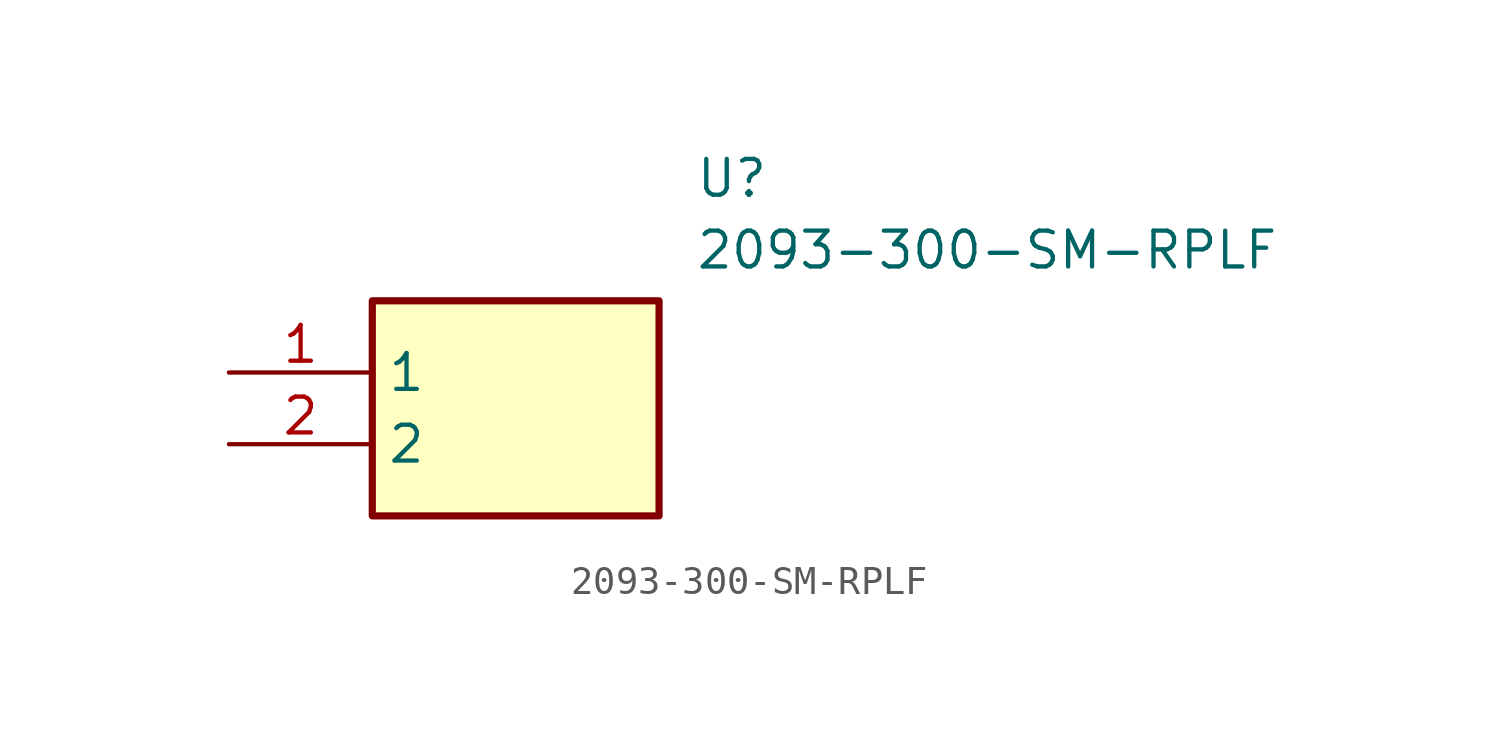
<source format=kicad_sym>
(kicad_symbol_lib
  (version 20211014)
  (generator SamacSys_ECAD_Model)
  (symbol "2093-300-SM-RPLF"
    (property "Reference" "U"
      (at 16.51 7.62 0)
      (effects (font (size 1.27 1.27)) (justify left top)))
    (property "Value" "2093-300-SM-RPLF"
      (at 16.51 5.08 0)
      (effects (font (size 1.27 1.27)) (justify left top)))
    (rectangle
      (start 5.08 2.54)
      (end 15.24 -5.08)
      (stroke (width 0.254) (type default))
      (fill (type background)))
    (pin passive line
      (at 0 0 0)
      (length 5.08)
      (name "1" (effects (font (size 1.27 1.27))))
      (number "1" (effects (font (size 1.27 1.27)))))
    (pin passive line
      (at 0 -2.54 0)
      (length 5.08)
      (name "2" (effects (font (size 1.27 1.27))))
      (number "2" (effects (font (size 1.27 1.27)))))))
</source>
